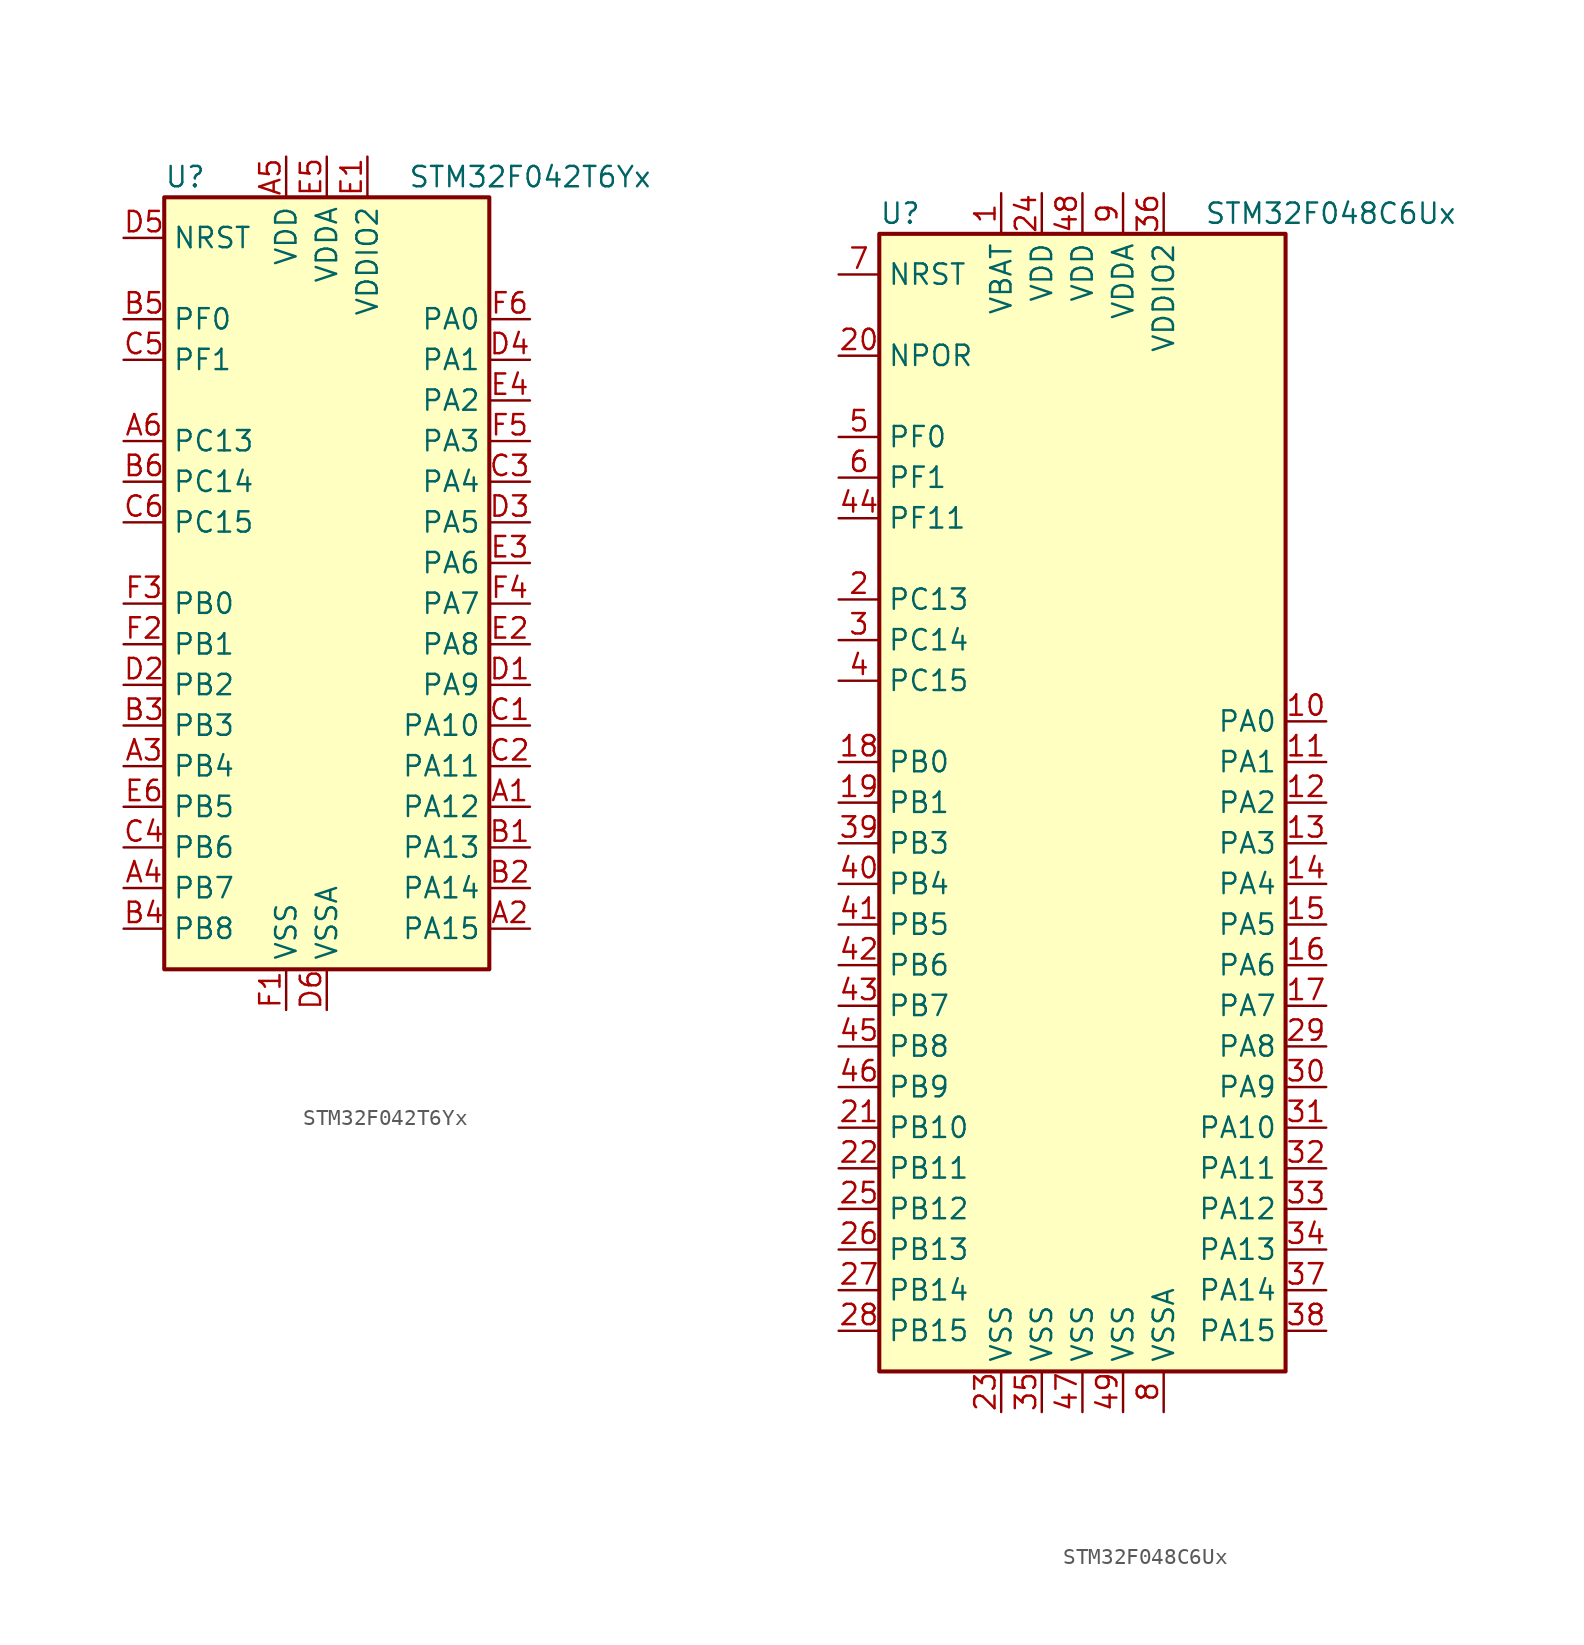
<source format=kicad_sym>
(kicad_symbol_lib
  (version 20201005)
  (generator kicad_symbol_editor)
  (symbol "MCU_ST_STM32F0:STM32F042T6Yx"
    (property "Reference" "U"
      (at -10.16 24.13 0)
      (effects (font (size 1.27 1.27)) (justify left)))
    (property "Value" "STM32F042T6Yx"
      (at 5.08 24.13 0)
      (effects (font (size 1.27 1.27)) (justify left)))
    (symbol "STM32F042T6Yx_0_1"
      (rectangle (start -10.16 -25.4) (end 10.16 22.86) (stroke (width 0.254)) (fill (type background))))
    (symbol "STM32F042T6Yx_1_1"
      (pin bidirectional line (at 12.7 -15.24 180) (length 2.54) (name "PA12" (effects (font (size 1.27 1.27)))) (number "A1" (effects (font (size 1.27 1.27)))))
      (pin bidirectional line (at 12.7 -22.86 180) (length 2.54) (name "PA15" (effects (font (size 1.27 1.27)))) (number "A2" (effects (font (size 1.27 1.27)))))
      (pin bidirectional line (at -12.7 -12.7 0) (length 2.54) (name "PB4" (effects (font (size 1.27 1.27)))) (number "A3" (effects (font (size 1.27 1.27)))))
      (pin bidirectional line (at -12.7 -20.32 0) (length 2.54) (name "PB7" (effects (font (size 1.27 1.27)))) (number "A4" (effects (font (size 1.27 1.27)))))
      (pin power_in line (at -2.54 25.4 270) (length 2.54) (name "VDD" (effects (font (size 1.27 1.27)))) (number "A5" (effects (font (size 1.27 1.27)))))
      (pin bidirectional line (at -12.7 7.62 0) (length 2.54) (name "PC13" (effects (font (size 1.27 1.27)))) (number "A6" (effects (font (size 1.27 1.27)))))
      (pin bidirectional line (at 12.7 -17.78 180) (length 2.54) (name "PA13" (effects (font (size 1.27 1.27)))) (number "B1" (effects (font (size 1.27 1.27)))))
      (pin bidirectional line (at 12.7 -20.32 180) (length 2.54) (name "PA14" (effects (font (size 1.27 1.27)))) (number "B2" (effects (font (size 1.27 1.27)))))
      (pin bidirectional line (at -12.7 -10.16 0) (length 2.54) (name "PB3" (effects (font (size 1.27 1.27)))) (number "B3" (effects (font (size 1.27 1.27)))))
      (pin bidirectional line (at -12.7 -22.86 0) (length 2.54) (name "PB8" (effects (font (size 1.27 1.27)))) (number "B4" (effects (font (size 1.27 1.27)))))
      (pin input line (at -12.7 15.24 0) (length 2.54) (name "PF0" (effects (font (size 1.27 1.27)))) (number "B5" (effects (font (size 1.27 1.27)))))
      (pin bidirectional line (at -12.7 5.08 0) (length 2.54) (name "PC14" (effects (font (size 1.27 1.27)))) (number "B6" (effects (font (size 1.27 1.27)))))
      (pin bidirectional line (at 12.7 -10.16 180) (length 2.54) (name "PA10" (effects (font (size 1.27 1.27)))) (number "C1" (effects (font (size 1.27 1.27)))))
      (pin bidirectional line (at 12.7 -12.7 180) (length 2.54) (name "PA11" (effects (font (size 1.27 1.27)))) (number "C2" (effects (font (size 1.27 1.27)))))
      (pin bidirectional line (at 12.7 5.08 180) (length 2.54) (name "PA4" (effects (font (size 1.27 1.27)))) (number "C3" (effects (font (size 1.27 1.27)))))
      (pin bidirectional line (at -12.7 -17.78 0) (length 2.54) (name "PB6" (effects (font (size 1.27 1.27)))) (number "C4" (effects (font (size 1.27 1.27)))))
      (pin input line (at -12.7 12.7 0) (length 2.54) (name "PF1" (effects (font (size 1.27 1.27)))) (number "C5" (effects (font (size 1.27 1.27)))))
      (pin bidirectional line (at -12.7 2.54 0) (length 2.54) (name "PC15" (effects (font (size 1.27 1.27)))) (number "C6" (effects (font (size 1.27 1.27)))))
      (pin bidirectional line (at 12.7 -7.62 180) (length 2.54) (name "PA9" (effects (font (size 1.27 1.27)))) (number "D1" (effects (font (size 1.27 1.27)))))
      (pin bidirectional line (at -12.7 -7.62 0) (length 2.54) (name "PB2" (effects (font (size 1.27 1.27)))) (number "D2" (effects (font (size 1.27 1.27)))))
      (pin bidirectional line (at 12.7 2.54 180) (length 2.54) (name "PA5" (effects (font (size 1.27 1.27)))) (number "D3" (effects (font (size 1.27 1.27)))))
      (pin bidirectional line (at 12.7 12.7 180) (length 2.54) (name "PA1" (effects (font (size 1.27 1.27)))) (number "D4" (effects (font (size 1.27 1.27)))))
      (pin input line (at -12.7 20.32 0) (length 2.54) (name "NRST" (effects (font (size 1.27 1.27)))) (number "D5" (effects (font (size 1.27 1.27)))))
      (pin power_in line (at 0 -27.94 90) (length 2.54) (name "VSSA" (effects (font (size 1.27 1.27)))) (number "D6" (effects (font (size 1.27 1.27)))))
      (pin power_in line (at 2.54 25.4 270) (length 2.54) (name "VDDIO2" (effects (font (size 1.27 1.27)))) (number "E1" (effects (font (size 1.27 1.27)))))
      (pin bidirectional line (at 12.7 -5.08 180) (length 2.54) (name "PA8" (effects (font (size 1.27 1.27)))) (number "E2" (effects (font (size 1.27 1.27)))))
      (pin bidirectional line (at 12.7 0 180) (length 2.54) (name "PA6" (effects (font (size 1.27 1.27)))) (number "E3" (effects (font (size 1.27 1.27)))))
      (pin bidirectional line (at 12.7 10.16 180) (length 2.54) (name "PA2" (effects (font (size 1.27 1.27)))) (number "E4" (effects (font (size 1.27 1.27)))))
      (pin power_in line (at 0 25.4 270) (length 2.54) (name "VDDA" (effects (font (size 1.27 1.27)))) (number "E5" (effects (font (size 1.27 1.27)))))
      (pin bidirectional line (at -12.7 -15.24 0) (length 2.54) (name "PB5" (effects (font (size 1.27 1.27)))) (number "E6" (effects (font (size 1.27 1.27)))))
      (pin power_in line (at -2.54 -27.94 90) (length 2.54) (name "VSS" (effects (font (size 1.27 1.27)))) (number "F1" (effects (font (size 1.27 1.27)))))
      (pin bidirectional line (at -12.7 -5.08 0) (length 2.54) (name "PB1" (effects (font (size 1.27 1.27)))) (number "F2" (effects (font (size 1.27 1.27)))))
      (pin bidirectional line (at -12.7 -2.54 0) (length 2.54) (name "PB0" (effects (font (size 1.27 1.27)))) (number "F3" (effects (font (size 1.27 1.27)))))
      (pin bidirectional line (at 12.7 -2.54 180) (length 2.54) (name "PA7" (effects (font (size 1.27 1.27)))) (number "F4" (effects (font (size 1.27 1.27)))))
      (pin bidirectional line (at 12.7 7.62 180) (length 2.54) (name "PA3" (effects (font (size 1.27 1.27)))) (number "F5" (effects (font (size 1.27 1.27)))))
      (pin bidirectional line (at 12.7 15.24 180) (length 2.54) (name "PA0" (effects (font (size 1.27 1.27)))) (number "F6" (effects (font (size 1.27 1.27)))))))
  (symbol "MCU_ST_STM32F0:STM32F048C6Ux"
    (property "Reference" "U"
      (at -12.7 36.83 0)
      (effects (font (size 1.27 1.27)) (justify left)))
    (property "Value" "STM32F048C6Ux"
      (at 7.62 36.83 0)
      (effects (font (size 1.27 1.27)) (justify left)))
    (symbol "STM32F048C6Ux_0_1"
      (rectangle (start -12.7 -35.56) (end 12.7 35.56) (stroke (width 0.254)) (fill (type background))))
    (symbol "STM32F048C6Ux_1_1"
      (pin power_in line (at -5.08 38.1 270) (length 2.54) (name "VBAT" (effects (font (size 1.27 1.27)))) (number "1" (effects (font (size 1.27 1.27)))))
      (pin bidirectional line (at 15.24 5.08 180) (length 2.54) (name "PA0" (effects (font (size 1.27 1.27)))) (number "10" (effects (font (size 1.27 1.27)))))
      (pin bidirectional line (at 15.24 2.54 180) (length 2.54) (name "PA1" (effects (font (size 1.27 1.27)))) (number "11" (effects (font (size 1.27 1.27)))))
      (pin bidirectional line (at 15.24 0 180) (length 2.54) (name "PA2" (effects (font (size 1.27 1.27)))) (number "12" (effects (font (size 1.27 1.27)))))
      (pin bidirectional line (at 15.24 -2.54 180) (length 2.54) (name "PA3" (effects (font (size 1.27 1.27)))) (number "13" (effects (font (size 1.27 1.27)))))
      (pin bidirectional line (at 15.24 -5.08 180) (length 2.54) (name "PA4" (effects (font (size 1.27 1.27)))) (number "14" (effects (font (size 1.27 1.27)))))
      (pin bidirectional line (at 15.24 -7.62 180) (length 2.54) (name "PA5" (effects (font (size 1.27 1.27)))) (number "15" (effects (font (size 1.27 1.27)))))
      (pin bidirectional line (at 15.24 -10.16 180) (length 2.54) (name "PA6" (effects (font (size 1.27 1.27)))) (number "16" (effects (font (size 1.27 1.27)))))
      (pin bidirectional line (at 15.24 -12.7 180) (length 2.54) (name "PA7" (effects (font (size 1.27 1.27)))) (number "17" (effects (font (size 1.27 1.27)))))
      (pin bidirectional line (at -15.24 2.54 0) (length 2.54) (name "PB0" (effects (font (size 1.27 1.27)))) (number "18" (effects (font (size 1.27 1.27)))))
      (pin bidirectional line (at -15.24 0 0) (length 2.54) (name "PB1" (effects (font (size 1.27 1.27)))) (number "19" (effects (font (size 1.27 1.27)))))
      (pin bidirectional line (at -15.24 12.7 0) (length 2.54) (name "PC13" (effects (font (size 1.27 1.27)))) (number "2" (effects (font (size 1.27 1.27)))))
      (pin power_in line (at -15.24 27.94 0) (length 2.54) (name "NPOR" (effects (font (size 1.27 1.27)))) (number "20" (effects (font (size 1.27 1.27)))))
      (pin bidirectional line (at -15.24 -20.32 0) (length 2.54) (name "PB10" (effects (font (size 1.27 1.27)))) (number "21" (effects (font (size 1.27 1.27)))))
      (pin bidirectional line (at -15.24 -22.86 0) (length 2.54) (name "PB11" (effects (font (size 1.27 1.27)))) (number "22" (effects (font (size 1.27 1.27)))))
      (pin power_in line (at -5.08 -38.1 90) (length 2.54) (name "VSS" (effects (font (size 1.27 1.27)))) (number "23" (effects (font (size 1.27 1.27)))))
      (pin power_in line (at -2.54 38.1 270) (length 2.54) (name "VDD" (effects (font (size 1.27 1.27)))) (number "24" (effects (font (size 1.27 1.27)))))
      (pin bidirectional line (at -15.24 -25.4 0) (length 2.54) (name "PB12" (effects (font (size 1.27 1.27)))) (number "25" (effects (font (size 1.27 1.27)))))
      (pin bidirectional line (at -15.24 -27.94 0) (length 2.54) (name "PB13" (effects (font (size 1.27 1.27)))) (number "26" (effects (font (size 1.27 1.27)))))
      (pin bidirectional line (at -15.24 -30.48 0) (length 2.54) (name "PB14" (effects (font (size 1.27 1.27)))) (number "27" (effects (font (size 1.27 1.27)))))
      (pin bidirectional line (at -15.24 -33.02 0) (length 2.54) (name "PB15" (effects (font (size 1.27 1.27)))) (number "28" (effects (font (size 1.27 1.27)))))
      (pin bidirectional line (at 15.24 -15.24 180) (length 2.54) (name "PA8" (effects (font (size 1.27 1.27)))) (number "29" (effects (font (size 1.27 1.27)))))
      (pin bidirectional line (at -15.24 10.16 0) (length 2.54) (name "PC14" (effects (font (size 1.27 1.27)))) (number "3" (effects (font (size 1.27 1.27)))))
      (pin bidirectional line (at 15.24 -17.78 180) (length 2.54) (name "PA9" (effects (font (size 1.27 1.27)))) (number "30" (effects (font (size 1.27 1.27)))))
      (pin bidirectional line (at 15.24 -20.32 180) (length 2.54) (name "PA10" (effects (font (size 1.27 1.27)))) (number "31" (effects (font (size 1.27 1.27)))))
      (pin bidirectional line (at 15.24 -22.86 180) (length 2.54) (name "PA11" (effects (font (size 1.27 1.27)))) (number "32" (effects (font (size 1.27 1.27)))))
      (pin bidirectional line (at 15.24 -25.4 180) (length 2.54) (name "PA12" (effects (font (size 1.27 1.27)))) (number "33" (effects (font (size 1.27 1.27)))))
      (pin bidirectional line (at 15.24 -27.94 180) (length 2.54) (name "PA13" (effects (font (size 1.27 1.27)))) (number "34" (effects (font (size 1.27 1.27)))))
      (pin power_in line (at -2.54 -38.1 90) (length 2.54) (name "VSS" (effects (font (size 1.27 1.27)))) (number "35" (effects (font (size 1.27 1.27)))))
      (pin power_in line (at 5.08 38.1 270) (length 2.54) (name "VDDIO2" (effects (font (size 1.27 1.27)))) (number "36" (effects (font (size 1.27 1.27)))))
      (pin bidirectional line (at 15.24 -30.48 180) (length 2.54) (name "PA14" (effects (font (size 1.27 1.27)))) (number "37" (effects (font (size 1.27 1.27)))))
      (pin bidirectional line (at 15.24 -33.02 180) (length 2.54) (name "PA15" (effects (font (size 1.27 1.27)))) (number "38" (effects (font (size 1.27 1.27)))))
      (pin bidirectional line (at -15.24 -2.54 0) (length 2.54) (name "PB3" (effects (font (size 1.27 1.27)))) (number "39" (effects (font (size 1.27 1.27)))))
      (pin bidirectional line (at -15.24 7.62 0) (length 2.54) (name "PC15" (effects (font (size 1.27 1.27)))) (number "4" (effects (font (size 1.27 1.27)))))
      (pin bidirectional line (at -15.24 -5.08 0) (length 2.54) (name "PB4" (effects (font (size 1.27 1.27)))) (number "40" (effects (font (size 1.27 1.27)))))
      (pin bidirectional line (at -15.24 -7.62 0) (length 2.54) (name "PB5" (effects (font (size 1.27 1.27)))) (number "41" (effects (font (size 1.27 1.27)))))
      (pin bidirectional line (at -15.24 -10.16 0) (length 2.54) (name "PB6" (effects (font (size 1.27 1.27)))) (number "42" (effects (font (size 1.27 1.27)))))
      (pin bidirectional line (at -15.24 -12.7 0) (length 2.54) (name "PB7" (effects (font (size 1.27 1.27)))) (number "43" (effects (font (size 1.27 1.27)))))
      (pin bidirectional line (at -15.24 17.78 0) (length 2.54) (name "PF11" (effects (font (size 1.27 1.27)))) (number "44" (effects (font (size 1.27 1.27)))))
      (pin bidirectional line (at -15.24 -15.24 0) (length 2.54) (name "PB8" (effects (font (size 1.27 1.27)))) (number "45" (effects (font (size 1.27 1.27)))))
      (pin bidirectional line (at -15.24 -17.78 0) (length 2.54) (name "PB9" (effects (font (size 1.27 1.27)))) (number "46" (effects (font (size 1.27 1.27)))))
      (pin power_in line (at 0 -38.1 90) (length 2.54) (name "VSS" (effects (font (size 1.27 1.27)))) (number "47" (effects (font (size 1.27 1.27)))))
      (pin power_in line (at 0 38.1 270) (length 2.54) (name "VDD" (effects (font (size 1.27 1.27)))) (number "48" (effects (font (size 1.27 1.27)))))
      (pin power_in line (at 2.54 -38.1 90) (length 2.54) (name "VSS" (effects (font (size 1.27 1.27)))) (number "49" (effects (font (size 1.27 1.27)))))
      (pin input line (at -15.24 22.86 0) (length 2.54) (name "PF0" (effects (font (size 1.27 1.27)))) (number "5" (effects (font (size 1.27 1.27)))))
      (pin input line (at -15.24 20.32 0) (length 2.54) (name "PF1" (effects (font (size 1.27 1.27)))) (number "6" (effects (font (size 1.27 1.27)))))
      (pin input line (at -15.24 33.02 0) (length 2.54) (name "NRST" (effects (font (size 1.27 1.27)))) (number "7" (effects (font (size 1.27 1.27)))))
      (pin power_in line (at 5.08 -38.1 90) (length 2.54) (name "VSSA" (effects (font (size 1.27 1.27)))) (number "8" (effects (font (size 1.27 1.27)))))
      (pin power_in line (at 2.54 38.1 270) (length 2.54) (name "VDDA" (effects (font (size 1.27 1.27)))) (number "9" (effects (font (size 1.27 1.27))))))))
</source>
